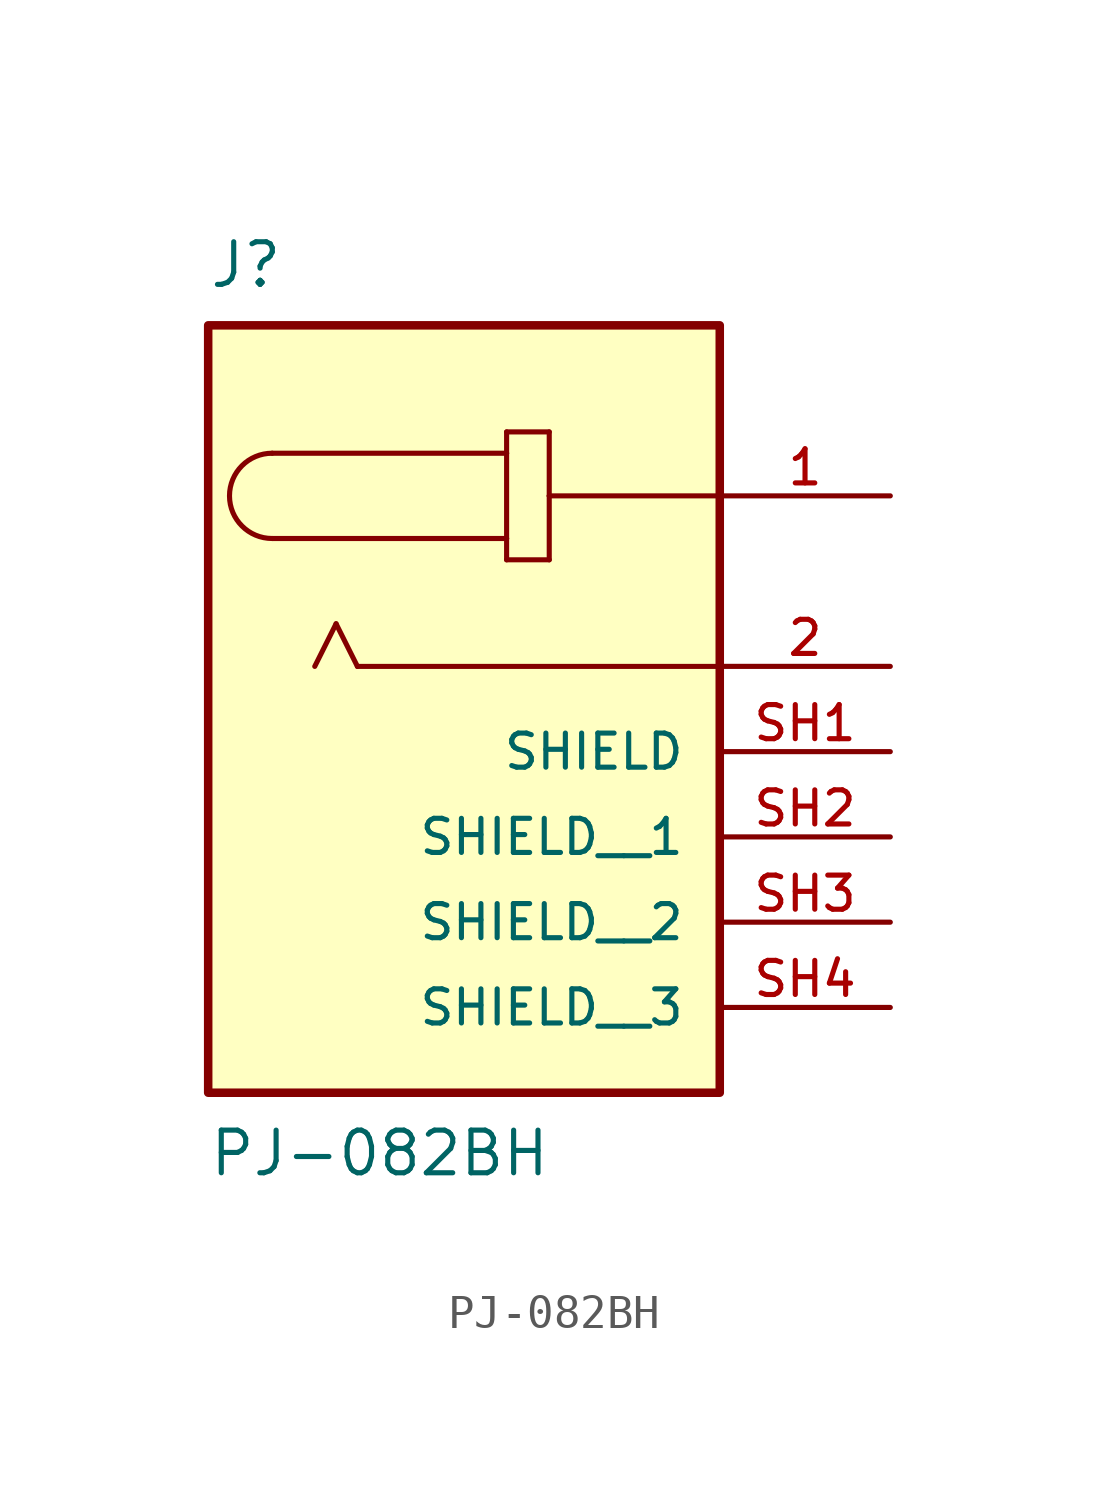
<source format=kicad_sym>
(kicad_symbol_lib
  (version 20211014)
  (generator kicad_symbol_editor)
  (symbol "PJ-082BH"
    (pin_names
      (offset 1.016))
    (property "Reference" "J"
      (at -7.625 10.163 0)
      (effects (font (size 1.27 1.27)) (justify top left)))
    (property "Value" "PJ-082BH"
      (at -7.632 -17.788 0)
      (effects (font (size 1.27 1.27)) (justify bottom left)))
    (symbol "PJ-082BH_0_0"
      (arc (start -5.715 3.81) (mid -6.985 2.54) (end -5.715 1.27) (stroke (width 0.1524) (type default) (color 0 0 0 0)) (fill (type none)))
      (polyline (pts (xy -5.715 3.81) (xy 1.27 3.81)) (stroke (width 0.152)))
      (polyline (pts (xy 1.27 3.81) (xy 1.27 1.27)) (stroke (width 0.152)))
      (polyline (pts (xy 1.27 1.27) (xy -5.715 1.27)) (stroke (width 0.152)))
      (polyline (pts (xy 1.27 1.27) (xy 1.27 0.635)) (stroke (width 0.152)))
      (polyline (pts (xy 1.27 0.635) (xy 2.54 0.635)) (stroke (width 0.152)))
      (polyline (pts (xy 2.54 0.635) (xy 2.54 2.54)) (stroke (width 0.152)))
      (polyline (pts (xy 2.54 2.54) (xy 2.54 4.445)) (stroke (width 0.152)))
      (polyline (pts (xy 2.54 4.445) (xy 1.27 4.445)) (stroke (width 0.152)))
      (polyline (pts (xy 1.27 4.445) (xy 1.27 3.81)) (stroke (width 0.152)))
      (polyline (pts (xy 7.62 -2.54) (xy -3.175 -2.54)) (stroke (width 0.152)))
      (polyline (pts (xy -3.175 -2.54) (xy -3.81 -1.27)) (stroke (width 0.152)))
      (polyline (pts (xy -3.81 -1.27) (xy -4.445 -2.54)) (stroke (width 0.152)))
      (polyline (pts (xy 2.54 2.54) (xy 7.62 2.54)) (stroke (width 0.152)))
      (rectangle (start -7.62 -15.24) (end 7.62 7.62) (stroke (width 0.254)) (fill (type background)))
      (pin passive line (at 12.7 2.54 180.0) (length 5.08) (name "~" (effects (font (size 1.016 1.016)))) (number "1" (effects (font (size 1.016 1.016)))))
      (pin passive line (at 12.7 -2.54 180.0) (length 5.08) (name "~" (effects (font (size 1.016 1.016)))) (number "2" (effects (font (size 1.016 1.016)))))
      (pin passive line (at 12.7 -5.08 180.0) (length 5.08) (name "SHIELD" (effects (font (size 1.016 1.016)))) (number "SH1" (effects (font (size 1.016 1.016)))))
      (pin passive line (at 12.7 -7.62 180.0) (length 5.08) (name "SHIELD__1" (effects (font (size 1.016 1.016)))) (number "SH2" (effects (font (size 1.016 1.016)))))
      (pin passive line (at 12.7 -10.16 180.0) (length 5.08) (name "SHIELD__2" (effects (font (size 1.016 1.016)))) (number "SH3" (effects (font (size 1.016 1.016)))))
      (pin passive line (at 12.7 -12.7 180.0) (length 5.08) (name "SHIELD__3" (effects (font (size 1.016 1.016)))) (number "SH4" (effects (font (size 1.016 1.016))))))))
</source>
